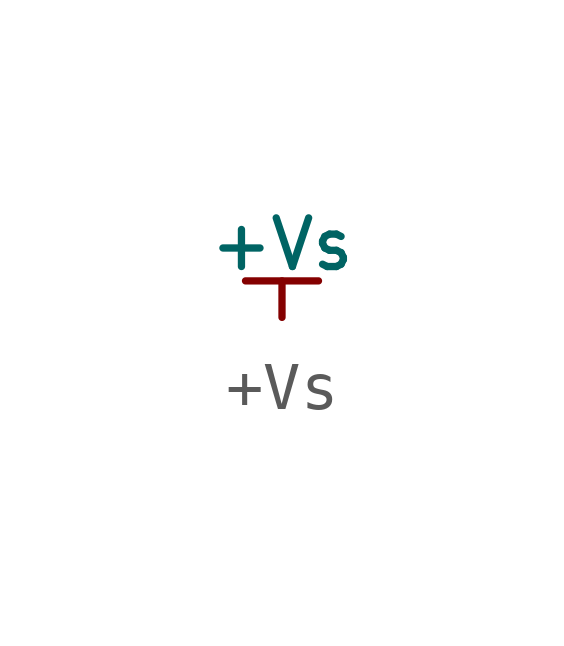
<source format=kicad_sym>
(kicad_symbol_lib
  (version 20211014)
  (generator kicad_symbol_editor)
  (symbol "+Vs"
    (power)
    (pin_numbers hide)
    (pin_names
      (offset 0) hide)
    (property "Reference" "#PWR"
      (at 0.254 0 0)
      (effects (font (size 0.508 0.508)) hide))
    (property "Value" "+Vs"
      (at 0 1.524 0)
      (effects (font (size 1.016 1.016))))
    (symbol "+Vs_0_1"
      (polyline (pts (xy -0.762 0.762) (xy 0.762 0.762)) (stroke (width 0) (type default) (color 0 0 0 0)) (fill (type none)))
      (polyline (pts (xy 0 0) (xy 0 0.762)) (stroke (width 0) (type default) (color 0 0 0 0)) (fill (type none))))
    (symbol "+Vs_1_1"
      (pin power_in line (at 0 0 90) (length 0) hide (name "+Vs" (effects (font (size 1.27 1.27)))) (number "1" (effects (font (size 1.27 1.27))))))))
</source>
